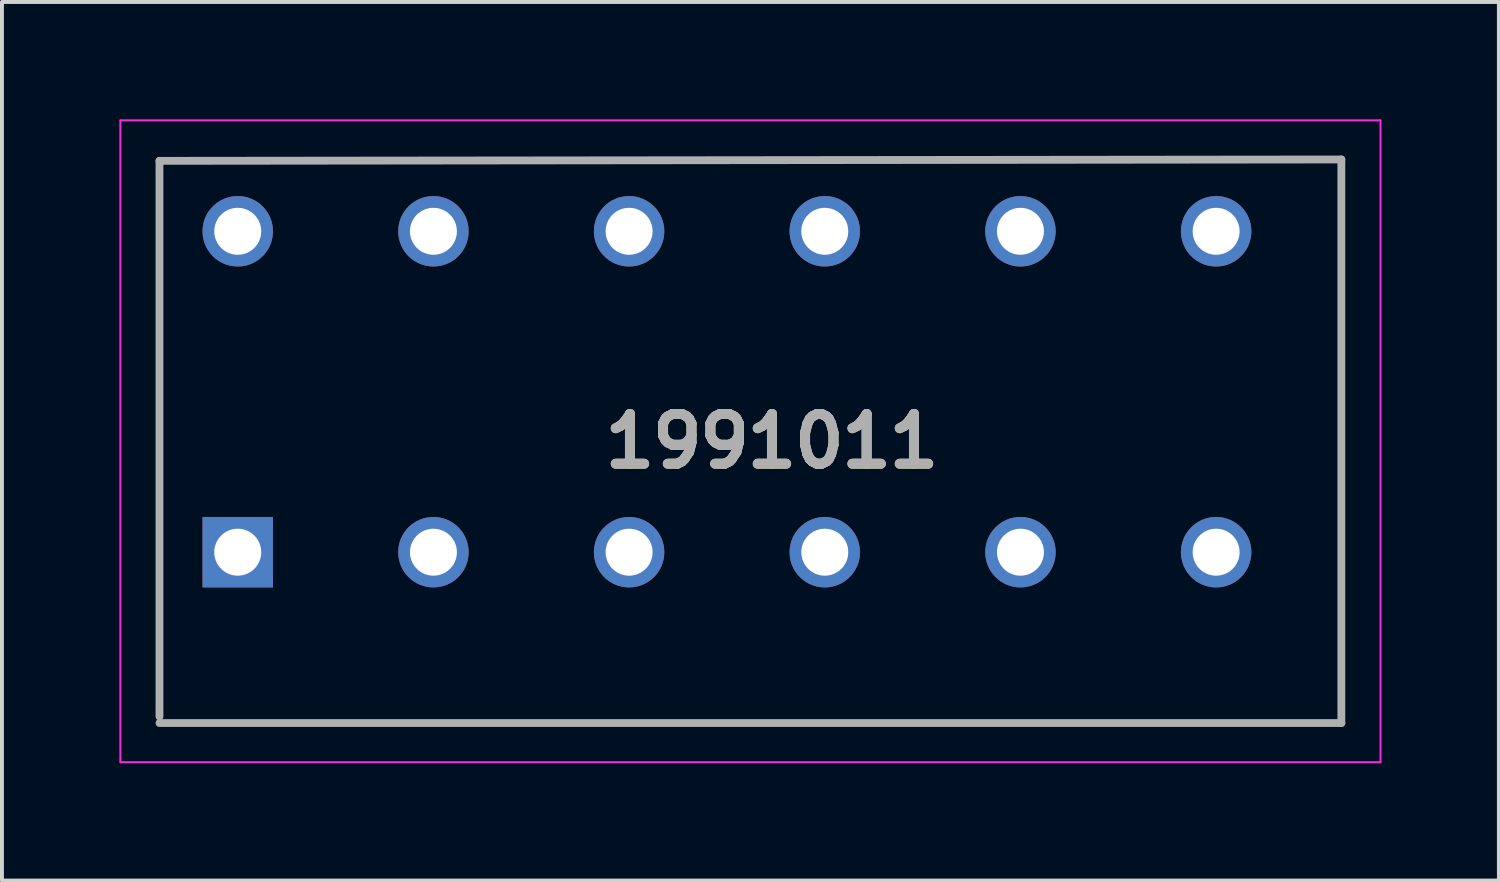
<source format=kicad_pcb>
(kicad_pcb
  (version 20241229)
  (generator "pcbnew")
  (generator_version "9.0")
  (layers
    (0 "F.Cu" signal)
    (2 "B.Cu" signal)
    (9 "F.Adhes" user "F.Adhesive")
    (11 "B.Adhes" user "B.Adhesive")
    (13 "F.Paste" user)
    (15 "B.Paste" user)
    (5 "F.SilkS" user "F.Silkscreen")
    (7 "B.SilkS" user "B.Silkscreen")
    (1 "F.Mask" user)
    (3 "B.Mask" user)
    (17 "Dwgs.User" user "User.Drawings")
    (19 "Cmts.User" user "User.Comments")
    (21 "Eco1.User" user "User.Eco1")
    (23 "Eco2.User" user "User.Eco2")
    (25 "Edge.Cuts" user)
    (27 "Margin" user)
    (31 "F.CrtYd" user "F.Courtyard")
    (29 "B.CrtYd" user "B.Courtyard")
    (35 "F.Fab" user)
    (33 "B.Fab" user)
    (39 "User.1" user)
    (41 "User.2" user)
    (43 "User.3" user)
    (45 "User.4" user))
  (footprint "1991011"
    (layer "F.Cu")
    (at 3.025 11.06)
    (property "Reference" "1991011" (at 13.65 -2.835 0) (layer "F.SilkS") (effects (font (size 1.27 1.27) (thickness 0.254))))
    (attr through_hole)
    (fp_line (start -0.9 -10.035) (end 28.2 -10.035) (stroke (width 0.1) (type solid)) (layer "F.SilkS"))
    (fp_line (start 28.2 -10.035) (end 28.2 4.365) (stroke (width 0.1) (type solid)) (layer "F.SilkS"))
    (fp_line (start 28.2 4.365) (end -2 4.365) (stroke (width 0.1) (type solid)) (layer "F.SilkS"))
    (fp_line (start -3 -11.035) (end 29.2 -11.035) (stroke (width 0.05) (type solid)) (layer "F.CrtYd"))
    (fp_line (start -3 5.365) (end -3 -11.035) (stroke (width 0.05) (type solid)) (layer "F.CrtYd"))
    (fp_line (start 29.2 -11.035) (end 29.2 5.365) (stroke (width 0.05) (type solid)) (layer "F.CrtYd"))
    (fp_line (start 29.2 5.365) (end -3 5.365) (stroke (width 0.05) (type solid)) (layer "F.CrtYd"))
    (fp_line (start -2 -10) (end 28.2 -10.035) (stroke (width 0.2) (type solid)) (layer "F.Fab"))
    (fp_line (start -2 4.2) (end -2 -10) (stroke (width 0.2) (type solid)) (layer "F.Fab"))
    (fp_line (start 28.2 -10.035) (end 28.2 4.365) (stroke (width 0.2) (type solid)) (layer "F.Fab"))
    (fp_line (start 28.2 4.365) (end -2 4.365) (stroke (width 0.2) (type solid)) (layer "F.Fab"))
    (fp_text user "${REFERENCE}" (at 13.65 -2.835 0) (layer "F.Fab") (effects (font (size 1.27 1.27) (thickness 0.254))))
    (pad "1" thru_hole rect (at 0 0) (size 1.8 1.8) (drill 1.2) (layers "*.Cu" "*.Mask"))
    (pad "2" thru_hole circle (at 0 -8.2) (size 1.8 1.8) (drill 1.2) (layers "*.Cu" "*.Mask"))
    (pad "3" thru_hole circle (at 5 0) (size 1.8 1.8) (drill 1.2) (layers "*.Cu" "*.Mask"))
    (pad "4" thru_hole circle (at 5 -8.2) (size 1.8 1.8) (drill 1.2) (layers "*.Cu" "*.Mask"))
    (pad "5" thru_hole circle (at 10 0) (size 1.8 1.8) (drill 1.2) (layers "*.Cu" "*.Mask"))
    (pad "6" thru_hole circle (at 10 -8.2) (size 1.8 1.8) (drill 1.2) (layers "*.Cu" "*.Mask"))
    (pad "7" thru_hole circle (at 15 0) (size 1.8 1.8) (drill 1.2) (layers "*.Cu" "*.Mask"))
    (pad "8" thru_hole circle (at 15 -8.2) (size 1.8 1.8) (drill 1.2) (layers "*.Cu" "*.Mask"))
    (pad "9" thru_hole circle (at 20 0) (size 1.8 1.8) (drill 1.2) (layers "*.Cu" "*.Mask"))
    (pad "10" thru_hole circle (at 20 -8.2) (size 1.8 1.8) (drill 1.2) (layers "*.Cu" "*.Mask"))
    (pad "11" thru_hole circle (at 25 0) (size 1.8 1.8) (drill 1.2) (layers "*.Cu" "*.Mask"))
    (pad "12" thru_hole circle (at 25 -8.2) (size 1.8 1.8) (drill 1.2) (layers "*.Cu" "*.Mask")))
  (gr_rect
    (start -3 -3)
    (end 35.25 19.45)
    (stroke (width 0.1) (type default))
    (fill no)
    (layer "Edge.Cuts")))
</source>
